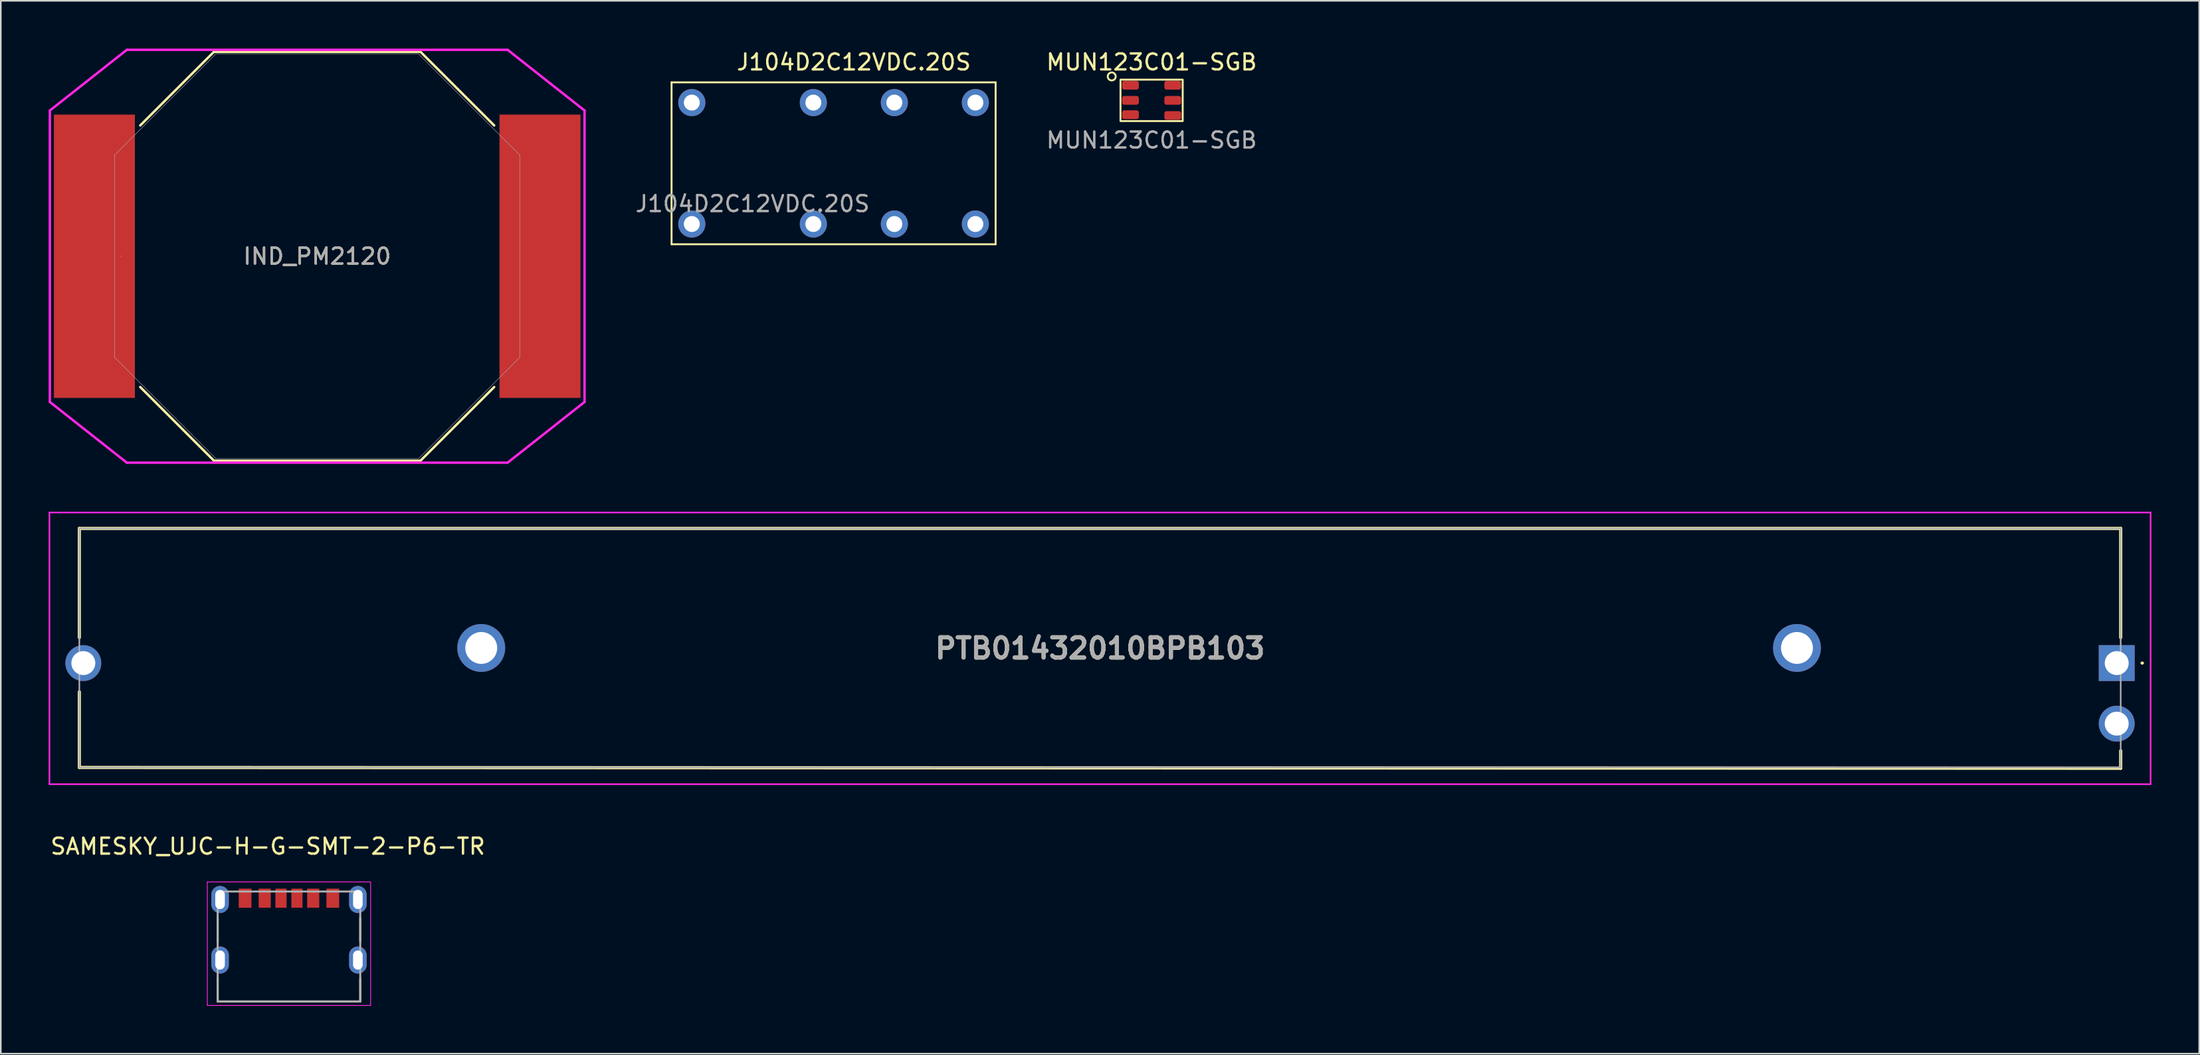
<source format=kicad_pcb>
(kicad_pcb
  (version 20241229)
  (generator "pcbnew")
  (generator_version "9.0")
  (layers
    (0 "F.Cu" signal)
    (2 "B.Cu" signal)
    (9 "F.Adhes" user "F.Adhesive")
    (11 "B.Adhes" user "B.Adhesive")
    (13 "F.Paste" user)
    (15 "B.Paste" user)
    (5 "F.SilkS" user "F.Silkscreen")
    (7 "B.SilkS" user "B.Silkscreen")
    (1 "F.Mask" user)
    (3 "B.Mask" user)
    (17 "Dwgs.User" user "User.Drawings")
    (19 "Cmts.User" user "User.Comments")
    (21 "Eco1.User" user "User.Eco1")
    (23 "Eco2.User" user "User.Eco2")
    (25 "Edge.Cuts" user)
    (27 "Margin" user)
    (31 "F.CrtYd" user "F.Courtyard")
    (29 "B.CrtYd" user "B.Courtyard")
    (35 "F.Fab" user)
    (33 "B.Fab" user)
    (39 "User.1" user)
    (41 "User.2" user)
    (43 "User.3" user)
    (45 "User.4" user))
  (footprint "SAMESKY_UJC-H-G-SMT-2-P6-TR"
    (layer "F.Cu")
    (at 15.069 57.194)
    (property "Reference" "SAMESKY_UJC-H-G-SMT-2-P6-TR" (at -1.325 -7.135 0) (layer "F.SilkS") (effects (font (size 1 1) (thickness 0.15))))
    (attr smd)
    (fp_line (start -4.47 -2.63) (end -4.47 -1.17) (stroke (width 0.127) (type solid)) (layer "F.SilkS"))
    (fp_line (start -4.47 1.17) (end -4.47 2.6) (stroke (width 0.127) (type solid)) (layer "F.SilkS"))
    (fp_line (start -4.47 2.6) (end 4.47 2.6) (stroke (width 0.127) (type solid)) (layer "F.SilkS"))
    (fp_line (start 4.47 -2.63) (end 4.47 -1.17) (stroke (width 0.127) (type solid)) (layer "F.SilkS"))
    (fp_line (start 4.47 2.6) (end 4.47 1.17) (stroke (width 0.127) (type solid)) (layer "F.SilkS"))
    (fp_line (start -5.12 -4.9) (end 5.12 -4.9) (stroke (width 0.05) (type solid)) (layer "F.CrtYd"))
    (fp_line (start -5.12 2.85) (end -5.12 -4.9) (stroke (width 0.05) (type solid)) (layer "F.CrtYd"))
    (fp_line (start 5.12 -4.9) (end 5.12 2.85) (stroke (width 0.05) (type solid)) (layer "F.CrtYd"))
    (fp_line (start 5.12 2.85) (end -5.12 2.85) (stroke (width 0.05) (type solid)) (layer "F.CrtYd"))
    (fp_line (start -4.47 -4.3) (end -4.47 2.6) (stroke (width 0.127) (type solid)) (layer "F.Fab"))
    (fp_line (start -4.47 2.6) (end 4.47 2.6) (stroke (width 0.127) (type solid)) (layer "F.Fab"))
    (fp_line (start 4.47 -4.3) (end -4.47 -4.3) (stroke (width 0.127) (type solid)) (layer "F.Fab"))
    (fp_line (start 4.47 2.6) (end 4.47 -4.3) (stroke (width 0.127) (type solid)) (layer "F.Fab"))
    (pad "A5" smd rect (at -0.5 -3.88) (size 0.7 1.2) (layers "F.Cu" "F.Mask" "F.Paste"))
    (pad "A9" smd rect (at 1.52 -3.88) (size 0.76 1.2) (layers "F.Cu" "F.Mask" "F.Paste"))
    (pad "A12" smd rect (at 2.75 -3.88) (size 0.8 1.2) (layers "F.Cu" "F.Mask" "F.Paste"))
    (pad "B5" smd rect (at 0.5 -3.88) (size 0.7 1.2) (layers "F.Cu" "F.Mask" "F.Paste"))
    (pad "B9" smd rect (at -1.52 -3.88) (size 0.76 1.2) (layers "F.Cu" "F.Mask" "F.Paste"))
    (pad "B12" smd rect (at -2.75 -3.88) (size 0.8 1.2) (layers "F.Cu" "F.Mask" "F.Paste"))
    (pad "SH1" thru_hole oval (at -4.32 -3.8) (size 1.1 1.7) (drill oval 0.6 1.2) (layers "*.Cu" "*.Mask"))
    (pad "SH2" thru_hole oval (at -4.32 0) (size 1.1 1.7) (drill oval 0.6 1.2) (layers "*.Cu" "*.Mask"))
    (pad "SH3" thru_hole oval (at 4.32 -3.8) (size 1.1 1.7) (drill oval 0.6 1.2) (layers "*.Cu" "*.Mask"))
    (pad "SH4" thru_hole oval (at 4.32 0) (size 1.1 1.7) (drill oval 0.6 1.2) (layers "*.Cu" "*.Mask")))
  (footprint "J104D2C12VDC.20S"
    (layer "F.Cu")
    (at 40.329 3.388)
    (property "Reference" "J104D2C12VDC.20S" (at 10.16 -2.54 0) (unlocked yes) (layer "F.SilkS") (effects (font (size 1 1) (thickness 0.15))))
    (attr through_hole)
    (fp_line (start -1.27 -1.27) (end 19.05 -1.27) (stroke (width 0.12) (type solid)) (layer "F.SilkS"))
    (fp_line (start -1.27 8.89) (end -1.27 -1.27) (stroke (width 0.12) (type solid)) (layer "F.SilkS"))
    (fp_line (start 19.05 -1.27) (end 19.05 8.89) (stroke (width 0.12) (type solid)) (layer "F.SilkS"))
    (fp_line (start 19.05 8.89) (end -1.27 8.89) (stroke (width 0.12) (type solid)) (layer "F.SilkS"))
    (fp_text user "${REFERENCE}" (at 3.81 6.35 0) (unlocked yes) (layer "F.Fab") (effects (font (size 1 1) (thickness 0.15))))
    (pad "1" thru_hole circle (at 0 0) (size 1.7 1.7) (drill 1) (layers "*.Cu" "*.Mask"))
    (pad "2" thru_hole circle (at 12.7 0) (size 1.7 1.7) (drill 1) (layers "*.Cu" "*.Mask"))
    (pad "3" thru_hole circle (at 7.62 0) (size 1.7 1.7) (drill 1) (layers "*.Cu" "*.Mask"))
    (pad "4" thru_hole circle (at 17.78 0) (size 1.7 1.7) (drill 1) (layers "*.Cu" "*.Mask"))
    (pad "7" thru_hole circle (at 17.78 7.62) (size 1.7 1.7) (drill 1) (layers "*.Cu" "*.Mask"))
    (pad "8" thru_hole circle (at 7.62 7.62) (size 1.7 1.7) (drill 1) (layers "*.Cu" "*.Mask"))
    (pad "9" thru_hole circle (at 12.7 7.62) (size 1.7 1.7) (drill 1) (layers "*.Cu" "*.Mask"))
    (pad "10" thru_hole circle (at 0 7.62) (size 1.7 1.7) (drill 1) (layers "*.Cu" "*.Mask")))
  (footprint "IND_PM2120"
    (layer "F.Cu")
    (at 16.84 13.03)
    (property "Reference" "IND_PM2120" (at 0 0 0) (unlocked yes) (layer "F.SilkS") (effects (font (size 1 1) (thickness 0.15))))
    (attr smd)
    (fp_line (start -11.097 -8.207) (end -6.477 -12.827) (stroke (width 0.152) (type solid)) (layer "F.SilkS"))
    (fp_line (start -6.477 -12.827) (end 6.477 -12.827) (stroke (width 0.152) (type solid)) (layer "F.SilkS"))
    (fp_line (start -6.477 12.827) (end -11.097 8.207) (stroke (width 0.152) (type solid)) (layer "F.SilkS"))
    (fp_line (start 6.477 -12.827) (end 11.097 -8.207) (stroke (width 0.152) (type solid)) (layer "F.SilkS"))
    (fp_line (start 6.477 12.827) (end -6.477 12.827) (stroke (width 0.152) (type solid)) (layer "F.SilkS"))
    (fp_line (start 11.097 8.207) (end 6.477 12.827) (stroke (width 0.152) (type solid)) (layer "F.SilkS"))
    (fp_line (start -16.764 -9.144) (end -11.938 -12.954) (stroke (width 0.152) (type solid)) (layer "F.CrtYd"))
    (fp_line (start -16.764 9.144) (end -16.764 -9.144) (stroke (width 0.152) (type solid)) (layer "F.CrtYd"))
    (fp_line (start -11.938 -12.954) (end 11.938 -12.954) (stroke (width 0.152) (type solid)) (layer "F.CrtYd"))
    (fp_line (start -11.938 12.954) (end -16.764 9.144) (stroke (width 0.152) (type solid)) (layer "F.CrtYd"))
    (fp_line (start 11.938 -12.954) (end 16.764 -9.144) (stroke (width 0.152) (type solid)) (layer "F.CrtYd"))
    (fp_line (start 11.938 12.954) (end -11.938 12.954) (stroke (width 0.152) (type solid)) (layer "F.CrtYd"))
    (fp_line (start 16.764 -9.144) (end 16.764 9.144) (stroke (width 0.152) (type solid)) (layer "F.CrtYd"))
    (fp_line (start 16.764 9.144) (end 11.938 12.954) (stroke (width 0.152) (type solid)) (layer "F.CrtYd"))
    (fp_line (start -12.7 -6.35) (end -6.35 -12.7) (stroke (width 0.025) (type solid)) (layer "F.Fab"))
    (fp_line (start -12.7 6.35) (end -12.7 -6.35) (stroke (width 0.025) (type solid)) (layer "F.Fab"))
    (fp_line (start -6.35 -12.7) (end 6.35 -12.7) (stroke (width 0.025) (type solid)) (layer "F.Fab"))
    (fp_line (start -6.35 12.7) (end -12.7 6.35) (stroke (width 0.025) (type solid)) (layer "F.Fab"))
    (fp_line (start 6.35 -12.7) (end 12.7 -6.35) (stroke (width 0.025) (type solid)) (layer "F.Fab"))
    (fp_line (start 6.35 12.7) (end -6.35 12.7) (stroke (width 0.025) (type solid)) (layer "F.Fab"))
    (fp_line (start 12.7 -6.35) (end 12.7 6.35) (stroke (width 0.025) (type solid)) (layer "F.Fab"))
    (fp_line (start 12.7 6.35) (end 6.35 12.7) (stroke (width 0.025) (type solid)) (layer "F.Fab"))
    (fp_circle (center -12.319 0) (end -12.319 0) (stroke (width 0.025) (type solid)) (fill no) (layer "F.Fab"))
    (fp_text user "${REFERENCE}" (at 0 0 0) (unlocked yes) (layer "F.Fab") (effects (font (size 1 1) (thickness 0.15))))
    (pad "1" smd rect (at -13.97 0) (size 5.08 17.78) (layers "F.Cu" "F.Mask" "F.Paste"))
    (pad "2" smd rect (at 13.97 0) (size 5.08 17.78) (layers "F.Cu" "F.Mask" "F.Paste"))
    (zone (net_name "") (layer "F.Cu") (hatch full 0.508) (connect_pads) (min_thickness 0.254) (filled_areas_thickness no) (keepout (tracks not_allowed) (vias not_allowed) (pads allowed) (copperpour not_allowed) (footprints allowed)) (placement (enabled no)) (fill) (polygon (pts (xy 5.461 0.381) (xy 28.219 0.381) (xy 28.219 25.679) (xy 5.461 25.679)))))
  (footprint "PTB01432010BPB103"
    (layer "F.Cu")
    (at 129.675 38.56)
    (property "Reference" "PTB01432010BPB103" (at -63.75 -0.925 0) (layer "F.SilkS") (effects (font (size 1.27 1.27) (thickness 0.254))))
    (attr through_hole)
    (fp_line (start -127.75 -8.45) (end -127.75 -1.6) (stroke (width 0.2) (type solid)) (layer "F.SilkS"))
    (fp_line (start -127.75 1.8) (end -127.75 6.55) (stroke (width 0.2) (type solid)) (layer "F.SilkS"))
    (fp_line (start -127.75 6.55) (end 0.25 6.6) (stroke (width 0.2) (type solid)) (layer "F.SilkS"))
    (fp_line (start 0.25 -8.45) (end -127.75 -8.45) (stroke (width 0.2) (type solid)) (layer "F.SilkS"))
    (fp_line (start 0.25 -1.6) (end 0.25 -8.45) (stroke (width 0.2) (type solid)) (layer "F.SilkS"))
    (fp_line (start 0.25 6.6) (end 0.25 5.5) (stroke (width 0.2) (type solid)) (layer "F.SilkS"))
    (fp_line (start 1.55 0) (end 1.55 0) (stroke (width 0.1) (type solid)) (layer "F.SilkS"))
    (fp_line (start 1.65 0) (end 1.65 0) (stroke (width 0.1) (type solid)) (layer "F.SilkS"))
    (fp_arc (start 1.55 0) (mid 1.6 -0.05) (end 1.65 0) (stroke (width 0.1) (type solid)) (layer "F.SilkS"))
    (fp_arc (start 1.65 0) (mid 1.6 0.05) (end 1.55 0) (stroke (width 0.1) (type solid)) (layer "F.SilkS"))
    (fp_line (start -129.625 -9.45) (end 2.125 -9.45) (stroke (width 0.1) (type solid)) (layer "F.CrtYd"))
    (fp_line (start -129.625 7.6) (end -129.625 -9.45) (stroke (width 0.1) (type solid)) (layer "F.CrtYd"))
    (fp_line (start 2.125 -9.45) (end 2.125 7.6) (stroke (width 0.1) (type solid)) (layer "F.CrtYd"))
    (fp_line (start 2.125 7.6) (end -129.625 7.6) (stroke (width 0.1) (type solid)) (layer "F.CrtYd"))
    (fp_line (start -127.75 -8.45) (end -127.75 6.55) (stroke (width 0.1) (type solid)) (layer "F.Fab"))
    (fp_line (start -127.75 6.55) (end 0.25 6.55) (stroke (width 0.1) (type solid)) (layer "F.Fab"))
    (fp_line (start 0.25 -8.45) (end -127.75 -8.45) (stroke (width 0.1) (type solid)) (layer "F.Fab"))
    (fp_line (start 0.25 6.55) (end 0.25 -8.45) (stroke (width 0.1) (type solid)) (layer "F.Fab"))
    (fp_text user "${REFERENCE}" (at -63.75 -0.925 0) (layer "F.Fab") (effects (font (size 1.27 1.27) (thickness 0.254))))
    (pad "1" thru_hole rect (at 0 0) (size 2.25 2.25) (drill 1.5) (layers "*.Cu" "*.Mask"))
    (pad "2" thru_hole circle (at 0 3.8) (size 2.25 2.25) (drill 1.5) (layers "*.Cu" "*.Mask"))
    (pad "3" thru_hole circle (at -127.5 0) (size 2.25 2.25) (drill 1.5) (layers "*.Cu" "*.Mask"))
    (pad "MH1" thru_hole circle (at -20.05 -0.95) (size 3 3) (drill 2) (layers "*.Cu" "*.Mask"))
    (pad "MH2" thru_hole circle (at -102.55 -0.95) (size 3 3) (drill 2) (layers "*.Cu" "*.Mask")))
  (footprint "MUN123C01-SGB"
    (layer "F.Cu")
    (at 69.159 3.248)
    (property "Reference" "MUN123C01-SGB" (at 0 -2.4 0) (unlocked yes) (layer "F.SilkS") (effects (font (size 1 1) (thickness 0.15))))
    (attr smd)
    (fp_rect (start -1.95 -1.3) (end 1.95 1.3) (stroke (width 0.12) (type solid)) (fill no) (layer "F.SilkS"))
    (fp_circle (center -2.5 -1.5) (end -2.75 -1.5) (stroke (width 0.12) (type solid)) (fill no) (layer "F.SilkS"))
    (fp_text user "${REFERENCE}" (at 0 2.5 0) (unlocked yes) (layer "F.Fab") (effects (font (size 1 1) (thickness 0.15))))
    (pad "1" smd roundrect (at -1.325 -0.95) (size 1.05 0.55) (layers "F.Cu" "F.Mask" "F.Paste") (roundrect_rratio 0.25))
    (pad "2" smd roundrect (at -1.325 0) (size 1.05 0.55) (layers "F.Cu" "F.Mask" "F.Paste") (roundrect_rratio 0.25))
    (pad "3" smd roundrect (at -1.325 0.9) (size 1.05 0.55) (layers "F.Cu" "F.Mask" "F.Paste") (roundrect_rratio 0.25))
    (pad "4" smd roundrect (at 1.325 0.95) (size 1.05 0.55) (layers "F.Cu" "F.Mask" "F.Paste") (roundrect_rratio 0.25))
    (pad "5" smd roundrect (at 1.325 0) (size 1.05 0.55) (layers "F.Cu" "F.Mask" "F.Paste") (roundrect_rratio 0.25))
    (pad "6" smd roundrect (at 1.325 -0.95) (size 1.05 0.55) (layers "F.Cu" "F.Mask" "F.Paste") (roundrect_rratio 0.25)))
  (gr_rect
    (start -3 -3)
    (end 134.85 63.069)
    (stroke (width 0.1) (type default))
    (fill no)
    (layer "Edge.Cuts")))
</source>
